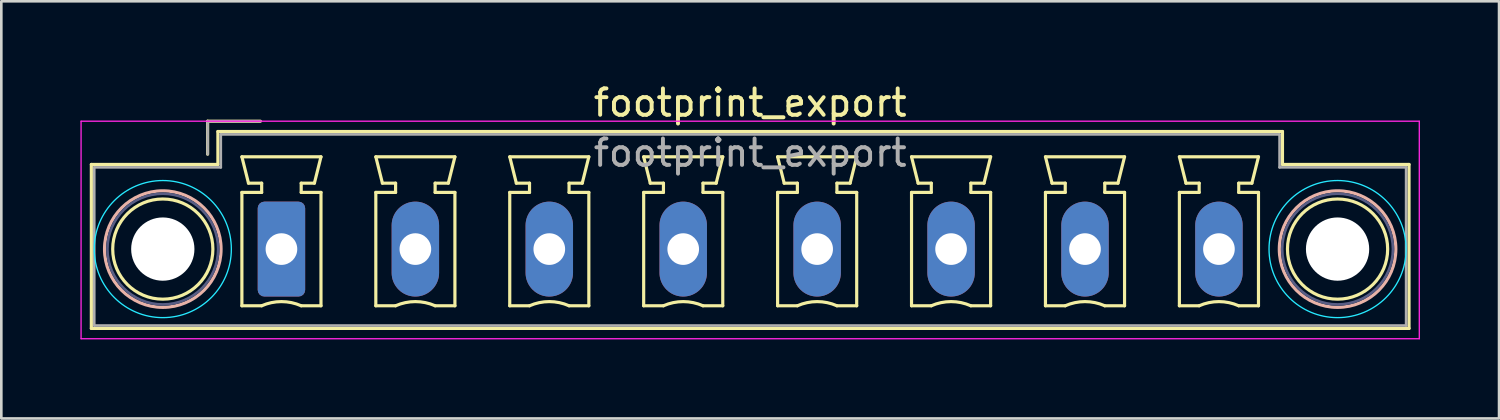
<source format=kicad_pcb>
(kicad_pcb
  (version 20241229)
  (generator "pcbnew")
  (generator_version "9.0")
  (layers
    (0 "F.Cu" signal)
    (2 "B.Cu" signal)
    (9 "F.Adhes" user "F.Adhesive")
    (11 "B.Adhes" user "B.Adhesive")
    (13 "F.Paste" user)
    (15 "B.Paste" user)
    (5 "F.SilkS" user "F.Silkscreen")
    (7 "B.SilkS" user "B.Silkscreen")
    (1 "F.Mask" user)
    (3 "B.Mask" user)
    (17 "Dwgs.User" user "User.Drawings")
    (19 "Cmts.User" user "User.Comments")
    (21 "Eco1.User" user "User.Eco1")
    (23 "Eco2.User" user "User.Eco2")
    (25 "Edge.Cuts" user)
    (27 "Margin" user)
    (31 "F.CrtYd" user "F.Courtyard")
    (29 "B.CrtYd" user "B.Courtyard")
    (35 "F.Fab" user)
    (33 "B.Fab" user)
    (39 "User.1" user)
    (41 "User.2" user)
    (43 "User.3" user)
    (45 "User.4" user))
  (footprint "footprint_export"
    (layer "F.Cu")
    (at 7.625 6.398)
    (property "Reference" "footprint_export" (at 17.78 -5.55 0) (layer "F.SilkS") (effects (font (size 1 1) (thickness 0.15))))
    (attr through_hole)
    (fp_line (start -7.21 -3.21) (end -7.21 3.01) (stroke (width 0.12) (type solid)) (layer "F.SilkS"))
    (fp_line (start -7.21 3.01) (end 42.77 3.01) (stroke (width 0.12) (type solid)) (layer "F.SilkS"))
    (fp_line (start -2.8 -4.85) (end -0.8 -4.85) (stroke (width 0.12) (type solid)) (layer "F.SilkS"))
    (fp_line (start -2.8 -3.6) (end -2.8 -4.85) (stroke (width 0.12) (type solid)) (layer "F.SilkS"))
    (fp_line (start -2.41 -4.46) (end -2.41 -3.21) (stroke (width 0.12) (type solid)) (layer "F.SilkS"))
    (fp_line (start -2.41 -3.21) (end -7.21 -3.21) (stroke (width 0.12) (type solid)) (layer "F.SilkS"))
    (fp_line (start -1.5 -3.5) (end 1.5 -3.5) (stroke (width 0.12) (type solid)) (layer "F.SilkS"))
    (fp_line (start -1.5 -2.15) (end -0.75 -2.15) (stroke (width 0.12) (type solid)) (layer "F.SilkS"))
    (fp_line (start -1.5 2.15) (end -1.5 -2.15) (stroke (width 0.12) (type solid)) (layer "F.SilkS"))
    (fp_line (start -1.25 -2.5) (end -1.5 -3.5) (stroke (width 0.12) (type solid)) (layer "F.SilkS"))
    (fp_line (start -0.75 -2.5) (end -1.25 -2.5) (stroke (width 0.12) (type solid)) (layer "F.SilkS"))
    (fp_line (start -0.75 -2.15) (end -0.75 -2.5) (stroke (width 0.12) (type solid)) (layer "F.SilkS"))
    (fp_line (start -0.75 2.15) (end -1.5 2.15) (stroke (width 0.12) (type solid)) (layer "F.SilkS"))
    (fp_line (start 0.75 -2.5) (end 0.75 -2.15) (stroke (width 0.12) (type solid)) (layer "F.SilkS"))
    (fp_line (start 0.75 -2.15) (end 1.5 -2.15) (stroke (width 0.12) (type solid)) (layer "F.SilkS"))
    (fp_line (start 1.25 -2.5) (end 0.75 -2.5) (stroke (width 0.12) (type solid)) (layer "F.SilkS"))
    (fp_line (start 1.5 -3.5) (end 1.25 -2.5) (stroke (width 0.12) (type solid)) (layer "F.SilkS"))
    (fp_line (start 1.5 -2.15) (end 1.5 2.15) (stroke (width 0.12) (type solid)) (layer "F.SilkS"))
    (fp_line (start 1.5 2.15) (end 0.75 2.15) (stroke (width 0.12) (type solid)) (layer "F.SilkS"))
    (fp_line (start 3.58 -3.5) (end 6.58 -3.5) (stroke (width 0.12) (type solid)) (layer "F.SilkS"))
    (fp_line (start 3.58 -2.15) (end 4.33 -2.15) (stroke (width 0.12) (type solid)) (layer "F.SilkS"))
    (fp_line (start 3.58 2.15) (end 3.58 -2.15) (stroke (width 0.12) (type solid)) (layer "F.SilkS"))
    (fp_line (start 3.83 -2.5) (end 3.58 -3.5) (stroke (width 0.12) (type solid)) (layer "F.SilkS"))
    (fp_line (start 4.33 -2.5) (end 3.83 -2.5) (stroke (width 0.12) (type solid)) (layer "F.SilkS"))
    (fp_line (start 4.33 -2.15) (end 4.33 -2.5) (stroke (width 0.12) (type solid)) (layer "F.SilkS"))
    (fp_line (start 4.33 2.15) (end 3.58 2.15) (stroke (width 0.12) (type solid)) (layer "F.SilkS"))
    (fp_line (start 5.83 -2.5) (end 5.83 -2.15) (stroke (width 0.12) (type solid)) (layer "F.SilkS"))
    (fp_line (start 5.83 -2.15) (end 6.58 -2.15) (stroke (width 0.12) (type solid)) (layer "F.SilkS"))
    (fp_line (start 6.33 -2.5) (end 5.83 -2.5) (stroke (width 0.12) (type solid)) (layer "F.SilkS"))
    (fp_line (start 6.58 -3.5) (end 6.33 -2.5) (stroke (width 0.12) (type solid)) (layer "F.SilkS"))
    (fp_line (start 6.58 -2.15) (end 6.58 2.15) (stroke (width 0.12) (type solid)) (layer "F.SilkS"))
    (fp_line (start 6.58 2.15) (end 5.83 2.15) (stroke (width 0.12) (type solid)) (layer "F.SilkS"))
    (fp_line (start 8.66 -3.5) (end 11.66 -3.5) (stroke (width 0.12) (type solid)) (layer "F.SilkS"))
    (fp_line (start 8.66 -2.15) (end 9.41 -2.15) (stroke (width 0.12) (type solid)) (layer "F.SilkS"))
    (fp_line (start 8.66 2.15) (end 8.66 -2.15) (stroke (width 0.12) (type solid)) (layer "F.SilkS"))
    (fp_line (start 8.91 -2.5) (end 8.66 -3.5) (stroke (width 0.12) (type solid)) (layer "F.SilkS"))
    (fp_line (start 9.41 -2.5) (end 8.91 -2.5) (stroke (width 0.12) (type solid)) (layer "F.SilkS"))
    (fp_line (start 9.41 -2.15) (end 9.41 -2.5) (stroke (width 0.12) (type solid)) (layer "F.SilkS"))
    (fp_line (start 9.41 2.15) (end 8.66 2.15) (stroke (width 0.12) (type solid)) (layer "F.SilkS"))
    (fp_line (start 10.91 -2.5) (end 10.91 -2.15) (stroke (width 0.12) (type solid)) (layer "F.SilkS"))
    (fp_line (start 10.91 -2.15) (end 11.66 -2.15) (stroke (width 0.12) (type solid)) (layer "F.SilkS"))
    (fp_line (start 11.41 -2.5) (end 10.91 -2.5) (stroke (width 0.12) (type solid)) (layer "F.SilkS"))
    (fp_line (start 11.66 -3.5) (end 11.41 -2.5) (stroke (width 0.12) (type solid)) (layer "F.SilkS"))
    (fp_line (start 11.66 -2.15) (end 11.66 2.15) (stroke (width 0.12) (type solid)) (layer "F.SilkS"))
    (fp_line (start 11.66 2.15) (end 10.91 2.15) (stroke (width 0.12) (type solid)) (layer "F.SilkS"))
    (fp_line (start 13.74 -3.5) (end 16.74 -3.5) (stroke (width 0.12) (type solid)) (layer "F.SilkS"))
    (fp_line (start 13.74 -2.15) (end 14.49 -2.15) (stroke (width 0.12) (type solid)) (layer "F.SilkS"))
    (fp_line (start 13.74 2.15) (end 13.74 -2.15) (stroke (width 0.12) (type solid)) (layer "F.SilkS"))
    (fp_line (start 13.99 -2.5) (end 13.74 -3.5) (stroke (width 0.12) (type solid)) (layer "F.SilkS"))
    (fp_line (start 14.49 -2.5) (end 13.99 -2.5) (stroke (width 0.12) (type solid)) (layer "F.SilkS"))
    (fp_line (start 14.49 -2.15) (end 14.49 -2.5) (stroke (width 0.12) (type solid)) (layer "F.SilkS"))
    (fp_line (start 14.49 2.15) (end 13.74 2.15) (stroke (width 0.12) (type solid)) (layer "F.SilkS"))
    (fp_line (start 15.99 -2.5) (end 15.99 -2.15) (stroke (width 0.12) (type solid)) (layer "F.SilkS"))
    (fp_line (start 15.99 -2.15) (end 16.74 -2.15) (stroke (width 0.12) (type solid)) (layer "F.SilkS"))
    (fp_line (start 16.49 -2.5) (end 15.99 -2.5) (stroke (width 0.12) (type solid)) (layer "F.SilkS"))
    (fp_line (start 16.74 -3.5) (end 16.49 -2.5) (stroke (width 0.12) (type solid)) (layer "F.SilkS"))
    (fp_line (start 16.74 -2.15) (end 16.74 2.15) (stroke (width 0.12) (type solid)) (layer "F.SilkS"))
    (fp_line (start 16.74 2.15) (end 15.99 2.15) (stroke (width 0.12) (type solid)) (layer "F.SilkS"))
    (fp_line (start 18.82 -3.5) (end 21.82 -3.5) (stroke (width 0.12) (type solid)) (layer "F.SilkS"))
    (fp_line (start 18.82 -2.15) (end 19.57 -2.15) (stroke (width 0.12) (type solid)) (layer "F.SilkS"))
    (fp_line (start 18.82 2.15) (end 18.82 -2.15) (stroke (width 0.12) (type solid)) (layer "F.SilkS"))
    (fp_line (start 19.07 -2.5) (end 18.82 -3.5) (stroke (width 0.12) (type solid)) (layer "F.SilkS"))
    (fp_line (start 19.57 -2.5) (end 19.07 -2.5) (stroke (width 0.12) (type solid)) (layer "F.SilkS"))
    (fp_line (start 19.57 -2.15) (end 19.57 -2.5) (stroke (width 0.12) (type solid)) (layer "F.SilkS"))
    (fp_line (start 19.57 2.15) (end 18.82 2.15) (stroke (width 0.12) (type solid)) (layer "F.SilkS"))
    (fp_line (start 21.07 -2.5) (end 21.07 -2.15) (stroke (width 0.12) (type solid)) (layer "F.SilkS"))
    (fp_line (start 21.07 -2.15) (end 21.82 -2.15) (stroke (width 0.12) (type solid)) (layer "F.SilkS"))
    (fp_line (start 21.57 -2.5) (end 21.07 -2.5) (stroke (width 0.12) (type solid)) (layer "F.SilkS"))
    (fp_line (start 21.82 -3.5) (end 21.57 -2.5) (stroke (width 0.12) (type solid)) (layer "F.SilkS"))
    (fp_line (start 21.82 -2.15) (end 21.82 2.15) (stroke (width 0.12) (type solid)) (layer "F.SilkS"))
    (fp_line (start 21.82 2.15) (end 21.07 2.15) (stroke (width 0.12) (type solid)) (layer "F.SilkS"))
    (fp_line (start 23.9 -3.5) (end 26.9 -3.5) (stroke (width 0.12) (type solid)) (layer "F.SilkS"))
    (fp_line (start 23.9 -2.15) (end 24.65 -2.15) (stroke (width 0.12) (type solid)) (layer "F.SilkS"))
    (fp_line (start 23.9 2.15) (end 23.9 -2.15) (stroke (width 0.12) (type solid)) (layer "F.SilkS"))
    (fp_line (start 24.15 -2.5) (end 23.9 -3.5) (stroke (width 0.12) (type solid)) (layer "F.SilkS"))
    (fp_line (start 24.65 -2.5) (end 24.15 -2.5) (stroke (width 0.12) (type solid)) (layer "F.SilkS"))
    (fp_line (start 24.65 -2.15) (end 24.65 -2.5) (stroke (width 0.12) (type solid)) (layer "F.SilkS"))
    (fp_line (start 24.65 2.15) (end 23.9 2.15) (stroke (width 0.12) (type solid)) (layer "F.SilkS"))
    (fp_line (start 26.15 -2.5) (end 26.15 -2.15) (stroke (width 0.12) (type solid)) (layer "F.SilkS"))
    (fp_line (start 26.15 -2.15) (end 26.9 -2.15) (stroke (width 0.12) (type solid)) (layer "F.SilkS"))
    (fp_line (start 26.65 -2.5) (end 26.15 -2.5) (stroke (width 0.12) (type solid)) (layer "F.SilkS"))
    (fp_line (start 26.9 -3.5) (end 26.65 -2.5) (stroke (width 0.12) (type solid)) (layer "F.SilkS"))
    (fp_line (start 26.9 -2.15) (end 26.9 2.15) (stroke (width 0.12) (type solid)) (layer "F.SilkS"))
    (fp_line (start 26.9 2.15) (end 26.15 2.15) (stroke (width 0.12) (type solid)) (layer "F.SilkS"))
    (fp_line (start 28.98 -3.5) (end 31.98 -3.5) (stroke (width 0.12) (type solid)) (layer "F.SilkS"))
    (fp_line (start 28.98 -2.15) (end 29.73 -2.15) (stroke (width 0.12) (type solid)) (layer "F.SilkS"))
    (fp_line (start 28.98 2.15) (end 28.98 -2.15) (stroke (width 0.12) (type solid)) (layer "F.SilkS"))
    (fp_line (start 29.23 -2.5) (end 28.98 -3.5) (stroke (width 0.12) (type solid)) (layer "F.SilkS"))
    (fp_line (start 29.73 -2.5) (end 29.23 -2.5) (stroke (width 0.12) (type solid)) (layer "F.SilkS"))
    (fp_line (start 29.73 -2.15) (end 29.73 -2.5) (stroke (width 0.12) (type solid)) (layer "F.SilkS"))
    (fp_line (start 29.73 2.15) (end 28.98 2.15) (stroke (width 0.12) (type solid)) (layer "F.SilkS"))
    (fp_line (start 31.23 -2.5) (end 31.23 -2.15) (stroke (width 0.12) (type solid)) (layer "F.SilkS"))
    (fp_line (start 31.23 -2.15) (end 31.98 -2.15) (stroke (width 0.12) (type solid)) (layer "F.SilkS"))
    (fp_line (start 31.73 -2.5) (end 31.23 -2.5) (stroke (width 0.12) (type solid)) (layer "F.SilkS"))
    (fp_line (start 31.98 -3.5) (end 31.73 -2.5) (stroke (width 0.12) (type solid)) (layer "F.SilkS"))
    (fp_line (start 31.98 -2.15) (end 31.98 2.15) (stroke (width 0.12) (type solid)) (layer "F.SilkS"))
    (fp_line (start 31.98 2.15) (end 31.23 2.15) (stroke (width 0.12) (type solid)) (layer "F.SilkS"))
    (fp_line (start 34.06 -3.5) (end 37.06 -3.5) (stroke (width 0.12) (type solid)) (layer "F.SilkS"))
    (fp_line (start 34.06 -2.15) (end 34.81 -2.15) (stroke (width 0.12) (type solid)) (layer "F.SilkS"))
    (fp_line (start 34.06 2.15) (end 34.06 -2.15) (stroke (width 0.12) (type solid)) (layer "F.SilkS"))
    (fp_line (start 34.31 -2.5) (end 34.06 -3.5) (stroke (width 0.12) (type solid)) (layer "F.SilkS"))
    (fp_line (start 34.81 -2.5) (end 34.31 -2.5) (stroke (width 0.12) (type solid)) (layer "F.SilkS"))
    (fp_line (start 34.81 -2.15) (end 34.81 -2.5) (stroke (width 0.12) (type solid)) (layer "F.SilkS"))
    (fp_line (start 34.81 2.15) (end 34.06 2.15) (stroke (width 0.12) (type solid)) (layer "F.SilkS"))
    (fp_line (start 36.31 -2.5) (end 36.31 -2.15) (stroke (width 0.12) (type solid)) (layer "F.SilkS"))
    (fp_line (start 36.31 -2.15) (end 37.06 -2.15) (stroke (width 0.12) (type solid)) (layer "F.SilkS"))
    (fp_line (start 36.81 -2.5) (end 36.31 -2.5) (stroke (width 0.12) (type solid)) (layer "F.SilkS"))
    (fp_line (start 37.06 -3.5) (end 36.81 -2.5) (stroke (width 0.12) (type solid)) (layer "F.SilkS"))
    (fp_line (start 37.06 -2.15) (end 37.06 2.15) (stroke (width 0.12) (type solid)) (layer "F.SilkS"))
    (fp_line (start 37.06 2.15) (end 36.31 2.15) (stroke (width 0.12) (type solid)) (layer "F.SilkS"))
    (fp_line (start 37.97 -4.46) (end -2.41 -4.46) (stroke (width 0.12) (type solid)) (layer "F.SilkS"))
    (fp_line (start 37.97 -3.21) (end 37.97 -4.46) (stroke (width 0.12) (type solid)) (layer "F.SilkS"))
    (fp_line (start 42.77 -3.21) (end 37.97 -3.21) (stroke (width 0.12) (type solid)) (layer "F.SilkS"))
    (fp_line (start 42.77 3.01) (end 42.77 -3.21) (stroke (width 0.12) (type solid)) (layer "F.SilkS"))
    (fp_arc (start -0.75 2.15) (mid -0.000193 1.99191) (end 0.749647 2.149844) (stroke (width 0.12) (type solid)) (layer "F.SilkS"))
    (fp_arc (start 4.33 2.15) (mid 5.079807 1.99191) (end 5.829647 2.149844) (stroke (width 0.12) (type solid)) (layer "F.SilkS"))
    (fp_arc (start 9.41 2.15) (mid 10.159807 1.99191) (end 10.909647 2.149844) (stroke (width 0.12) (type solid)) (layer "F.SilkS"))
    (fp_arc (start 14.49 2.15) (mid 15.239807 1.99191) (end 15.989647 2.149844) (stroke (width 0.12) (type solid)) (layer "F.SilkS"))
    (fp_arc (start 19.57 2.15) (mid 20.319807 1.99191) (end 21.069647 2.149844) (stroke (width 0.12) (type solid)) (layer "F.SilkS"))
    (fp_arc (start 24.65 2.15) (mid 25.399807 1.99191) (end 26.149647 2.149844) (stroke (width 0.12) (type solid)) (layer "F.SilkS"))
    (fp_arc (start 29.73 2.15) (mid 30.479807 1.99191) (end 31.229647 2.149844) (stroke (width 0.12) (type solid)) (layer "F.SilkS"))
    (fp_arc (start 34.81 2.15) (mid 35.559807 1.99191) (end 36.309647 2.149844) (stroke (width 0.12) (type solid)) (layer "F.SilkS"))
    (fp_circle (center -4.5 0) (end -2.6 0) (stroke (width 0.12) (type solid)) (fill no) (layer "F.SilkS"))
    (fp_circle (center 40.06 0) (end 41.96 0) (stroke (width 0.12) (type solid)) (fill no) (layer "F.SilkS"))
    (fp_circle (center -4.5 0) (end -2.29 0) (stroke (width 0.12) (type solid)) (fill no) (layer "B.SilkS"))
    (fp_circle (center 40.06 0) (end 42.27 0) (stroke (width 0.12) (type solid)) (fill no) (layer "B.SilkS"))
    (fp_circle (center -4.5 0) (end -1.9 0) (stroke (width 0.05) (type solid)) (fill no) (layer "B.CrtYd"))
    (fp_circle (center 40.06 0) (end 42.66 0) (stroke (width 0.05) (type solid)) (fill no) (layer "B.CrtYd"))
    (fp_line (start -7.6 -4.85) (end -7.6 3.4) (stroke (width 0.05) (type solid)) (layer "F.CrtYd"))
    (fp_line (start -7.6 3.4) (end 43.16 3.4) (stroke (width 0.05) (type solid)) (layer "F.CrtYd"))
    (fp_line (start 43.16 -4.85) (end -7.6 -4.85) (stroke (width 0.05) (type solid)) (layer "F.CrtYd"))
    (fp_line (start 43.16 3.4) (end 43.16 -4.85) (stroke (width 0.05) (type solid)) (layer "F.CrtYd"))
    (fp_circle (center -4.5 0) (end -2.4 0) (stroke (width 0.1) (type solid)) (fill no) (layer "B.Fab"))
    (fp_circle (center 40.06 0) (end 42.16 0) (stroke (width 0.1) (type solid)) (fill no) (layer "B.Fab"))
    (fp_line (start -7.1 -3.1) (end -7.1 2.9) (stroke (width 0.1) (type solid)) (layer "F.Fab"))
    (fp_line (start -7.1 2.9) (end 42.66 2.9) (stroke (width 0.1) (type solid)) (layer "F.Fab"))
    (fp_line (start -2.8 -4.85) (end -0.8 -4.85) (stroke (width 0.1) (type solid)) (layer "F.Fab"))
    (fp_line (start -2.8 -3.6) (end -2.8 -4.85) (stroke (width 0.1) (type solid)) (layer "F.Fab"))
    (fp_line (start -2.3 -4.35) (end -2.3 -3.1) (stroke (width 0.1) (type solid)) (layer "F.Fab"))
    (fp_line (start -2.3 -3.1) (end -7.1 -3.1) (stroke (width 0.1) (type solid)) (layer "F.Fab"))
    (fp_line (start 37.86 -4.35) (end -2.3 -4.35) (stroke (width 0.1) (type solid)) (layer "F.Fab"))
    (fp_line (start 37.86 -3.1) (end 37.86 -4.35) (stroke (width 0.1) (type solid)) (layer "F.Fab"))
    (fp_line (start 42.66 -3.1) (end 37.86 -3.1) (stroke (width 0.1) (type solid)) (layer "F.Fab"))
    (fp_line (start 42.66 2.9) (end 42.66 -3.1) (stroke (width 0.1) (type solid)) (layer "F.Fab"))
    (fp_text user "${REFERENCE}" (at 17.78 -3.65 0) (layer "F.Fab") (effects (font (size 1 1) (thickness 0.15))))
    (pad "" np_thru_hole circle (at -4.5 0) (size 2.4 2.4) (drill 2.4) (layers "*.Cu" "*.Mask"))
    (pad "" np_thru_hole circle (at 40.06 0) (size 2.4 2.4) (drill 2.4) (layers "*.Cu" "*.Mask"))
    (pad "1" thru_hole roundrect (at 0 0) (size 1.8 3.6) (drill 1.2) (layers "*.Cu" "*.Mask") (roundrect_rratio 0.139))
    (pad "2" thru_hole oval (at 5.08 0) (size 1.8 3.6) (drill 1.2) (layers "*.Cu" "*.Mask"))
    (pad "3" thru_hole oval (at 10.16 0) (size 1.8 3.6) (drill 1.2) (layers "*.Cu" "*.Mask"))
    (pad "4" thru_hole oval (at 15.24 0) (size 1.8 3.6) (drill 1.2) (layers "*.Cu" "*.Mask"))
    (pad "5" thru_hole oval (at 20.32 0) (size 1.8 3.6) (drill 1.2) (layers "*.Cu" "*.Mask"))
    (pad "6" thru_hole oval (at 25.4 0) (size 1.8 3.6) (drill 1.2) (layers "*.Cu" "*.Mask"))
    (pad "7" thru_hole oval (at 30.48 0) (size 1.8 3.6) (drill 1.2) (layers "*.Cu" "*.Mask"))
    (pad "8" thru_hole oval (at 35.56 0) (size 1.8 3.6) (drill 1.2) (layers "*.Cu" "*.Mask")))
  (gr_rect
    (start -3 -3)
    (end 53.81 12.823)
    (stroke (width 0.1) (type default))
    (fill no)
    (layer "Edge.Cuts")))
</source>
